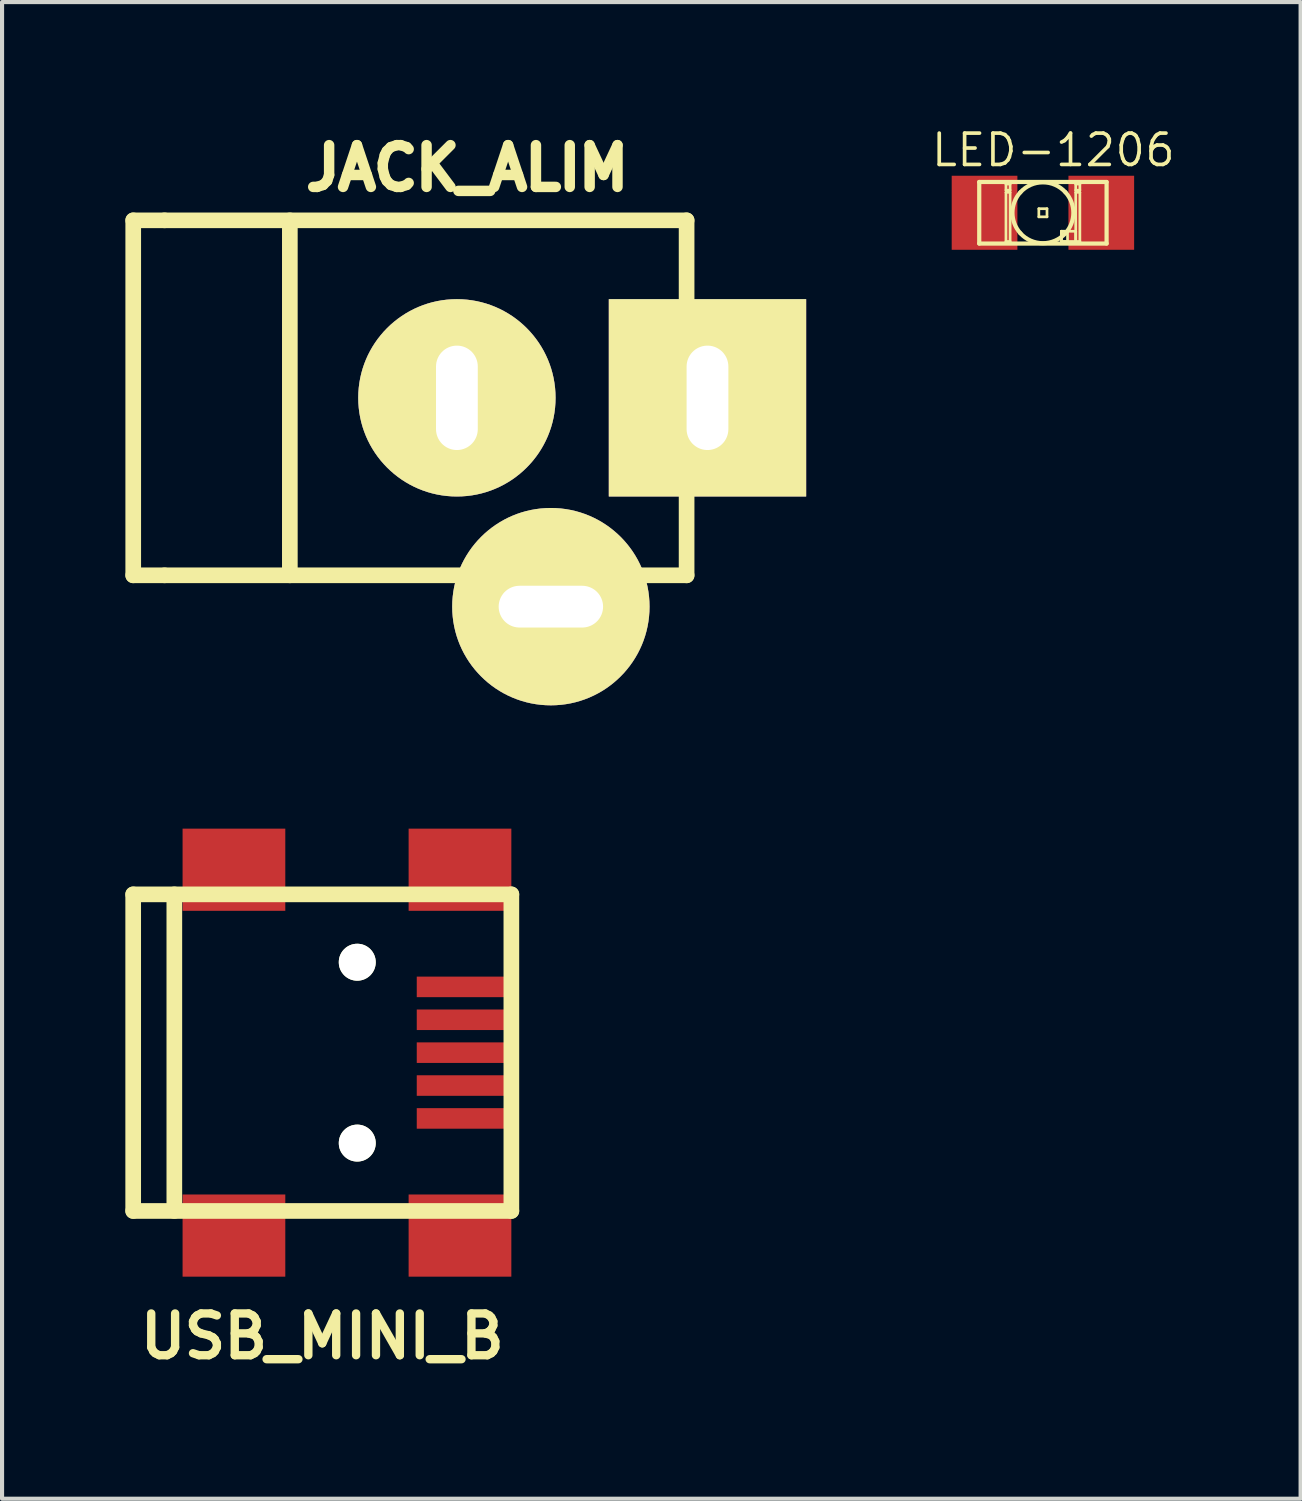
<source format=kicad_pcb>
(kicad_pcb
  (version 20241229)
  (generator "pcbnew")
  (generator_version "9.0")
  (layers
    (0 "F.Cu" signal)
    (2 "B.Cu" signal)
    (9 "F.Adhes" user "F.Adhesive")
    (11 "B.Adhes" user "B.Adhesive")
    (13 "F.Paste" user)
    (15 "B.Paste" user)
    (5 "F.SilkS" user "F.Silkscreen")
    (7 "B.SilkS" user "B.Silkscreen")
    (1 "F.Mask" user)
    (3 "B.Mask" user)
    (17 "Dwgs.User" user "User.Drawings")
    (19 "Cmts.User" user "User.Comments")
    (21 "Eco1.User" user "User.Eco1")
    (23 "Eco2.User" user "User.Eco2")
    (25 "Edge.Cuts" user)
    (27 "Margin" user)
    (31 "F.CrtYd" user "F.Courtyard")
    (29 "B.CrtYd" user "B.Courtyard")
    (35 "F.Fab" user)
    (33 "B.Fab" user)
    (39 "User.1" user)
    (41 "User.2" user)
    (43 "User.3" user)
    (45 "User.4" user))
  (footprint "JACK_ALIM"
    (layer "F.Cu")
    (at 8.065 6.628)
    (property "Reference" "JACK_ALIM" (at 0.254 -5.588 0) (layer "F.SilkS") (effects (font (size 1.016 1.016) (thickness 0.254))))
    (attr through_hole)
    (fp_line (start -7.874 -4.318) (end -7.874 4.318) (stroke (width 0.381) (type solid)) (layer "F.SilkS"))
    (fp_line (start -7.874 4.318) (end -7.112 4.318) (stroke (width 0.381) (type solid)) (layer "F.SilkS"))
    (fp_line (start -7.112 -4.318) (end -7.874 -4.318) (stroke (width 0.381) (type solid)) (layer "F.SilkS"))
    (fp_line (start -7.112 -4.318) (end 5.588 -4.318) (stroke (width 0.381) (type solid)) (layer "F.SilkS"))
    (fp_line (start -7.112 4.318) (end 5.588 4.318) (stroke (width 0.381) (type solid)) (layer "F.SilkS"))
    (fp_line (start -4.064 -4.318) (end -4.064 4.318) (stroke (width 0.381) (type solid)) (layer "F.SilkS"))
    (fp_line (start 5.588 -4.318) (end 5.588 4.318) (stroke (width 0.381) (type solid)) (layer "F.SilkS"))
    (pad "1" thru_hole rect (at 6.096 0) (size 4.801 4.801) (drill oval 1.016 2.54) (layers "*.Cu" "*.Mask" "F.SilkS"))
    (pad "2" thru_hole circle (at 0 0) (size 4.801 4.801) (drill oval 1.016 2.54) (layers "*.Cu" "*.Mask" "F.SilkS"))
    (pad "3" thru_hole circle (at 2.286 5.08) (size 4.801 4.801) (drill oval 2.54 1.016) (layers "*.Cu" "*.Mask" "F.SilkS")))
  (footprint "USB_MINI_B"
    (layer "F.Cu")
    (at 4.79 22.558)
    (property "Reference" "USB_MINI_B" (at 0 6.901 0) (layer "F.SilkS") (effects (font (size 1.016 1.016) (thickness 0.203))))
    (attr through_hole)
    (fp_line (start -4.6 -3.851) (end -4.6 3.851) (stroke (width 0.381) (type solid)) (layer "F.SilkS"))
    (fp_line (start -4.6 3.851) (end 4.6 3.851) (stroke (width 0.381) (type solid)) (layer "F.SilkS"))
    (fp_line (start -3.599 -3.851) (end -3.599 3.851) (stroke (width 0.381) (type solid)) (layer "F.SilkS"))
    (fp_line (start 4.6 -3.851) (end -4.6 -3.851) (stroke (width 0.381) (type solid)) (layer "F.SilkS"))
    (fp_line (start 4.6 3.851) (end 4.6 -3.851) (stroke (width 0.381) (type solid)) (layer "F.SilkS"))
    (pad "" np_thru_hole circle (at 0.851 -2.2) (size 0.899 0.899) (drill 0.899) (layers "*.Cu" "*.Mask" "F.SilkS"))
    (pad "" np_thru_hole circle (at 0.851 2.2) (size 0.899 0.899) (drill 0.899) (layers "*.Cu" "*.Mask" "F.SilkS"))
    (pad "1" smd rect (at 3.449 -1.6) (size 2.301 0.5) (layers "F.Cu" "F.Mask" "F.Paste"))
    (pad "2" smd rect (at 3.449 -0.8) (size 2.301 0.5) (layers "F.Cu" "F.Mask" "F.Paste"))
    (pad "3" smd rect (at 3.449 0) (size 2.301 0.5) (layers "F.Cu" "F.Mask" "F.Paste"))
    (pad "4" smd rect (at 3.449 0.8) (size 2.301 0.5) (layers "F.Cu" "F.Mask" "F.Paste"))
    (pad "5" smd rect (at 3.449 1.6) (size 2.301 0.5) (layers "F.Cu" "F.Mask" "F.Paste"))
    (pad "6" smd rect (at 3.35 -4.45) (size 2.499 1.999) (layers "F.Cu" "F.Mask" "F.Paste"))
    (pad "7" smd rect (at -2.149 -4.45) (size 2.499 1.999) (layers "F.Cu" "F.Mask" "F.Paste"))
    (pad "8" smd rect (at 3.35 4.45) (size 2.499 1.999) (layers "F.Cu" "F.Mask" "F.Paste"))
    (pad "9" smd rect (at -2.149 4.45) (size 2.499 1.999) (layers "F.Cu" "F.Mask" "F.Paste")))
  (footprint "LED-1206"
    (layer "F.Cu")
    (at 22.321 2.126)
    (property "Reference" "LED-1206" (at 0.254 -1.524 0) (layer "F.SilkS") (effects (font (size 0.762 0.762) (thickness 0.089))))
    (attr smd)
    (fp_line (start -1.549 -0.749) (end 1.549 -0.749) (stroke (width 0.102) (type solid)) (layer "F.SilkS"))
    (fp_line (start -1.549 0.749) (end -1.549 -0.749) (stroke (width 0.102) (type solid)) (layer "F.SilkS"))
    (fp_line (start -0.899 -0.699) (end -0.798 -0.699) (stroke (width 0.066) (type solid)) (layer "F.SilkS"))
    (fp_line (start -0.899 -0.549) (end -0.899 -0.699) (stroke (width 0.066) (type solid)) (layer "F.SilkS"))
    (fp_line (start -0.899 -0.549) (end -0.798 -0.549) (stroke (width 0.066) (type solid)) (layer "F.SilkS"))
    (fp_line (start -0.899 -0.498) (end -0.798 -0.498) (stroke (width 0.066) (type solid)) (layer "F.SilkS"))
    (fp_line (start -0.899 0.699) (end -0.899 -0.498) (stroke (width 0.066) (type solid)) (layer "F.SilkS"))
    (fp_line (start -0.899 0.699) (end -0.798 0.699) (stroke (width 0.066) (type solid)) (layer "F.SilkS"))
    (fp_line (start -0.798 -0.549) (end -0.798 -0.699) (stroke (width 0.066) (type solid)) (layer "F.SilkS"))
    (fp_line (start -0.798 0.699) (end -0.798 -0.498) (stroke (width 0.066) (type solid)) (layer "F.SilkS"))
    (fp_line (start -0.099 -0.099) (end 0.099 -0.099) (stroke (width 0.066) (type solid)) (layer "F.SilkS"))
    (fp_line (start -0.099 0.099) (end -0.099 -0.099) (stroke (width 0.066) (type solid)) (layer "F.SilkS"))
    (fp_line (start -0.099 0.099) (end 0.099 0.099) (stroke (width 0.066) (type solid)) (layer "F.SilkS"))
    (fp_line (start 0.099 0.099) (end 0.099 -0.099) (stroke (width 0.066) (type solid)) (layer "F.SilkS"))
    (fp_line (start 0.45 0.45) (end 0.599 0.45) (stroke (width 0.066) (type solid)) (layer "F.SilkS"))
    (fp_line (start 0.45 0.45) (end 0.798 0.45) (stroke (width 0.066) (type solid)) (layer "F.SilkS"))
    (fp_line (start 0.45 0.699) (end 0.45 0.45) (stroke (width 0.066) (type solid)) (layer "F.SilkS"))
    (fp_line (start 0.45 0.699) (end 0.45 0.45) (stroke (width 0.066) (type solid)) (layer "F.SilkS"))
    (fp_line (start 0.45 0.699) (end 0.599 0.699) (stroke (width 0.066) (type solid)) (layer "F.SilkS"))
    (fp_line (start 0.45 0.699) (end 0.798 0.699) (stroke (width 0.066) (type solid)) (layer "F.SilkS"))
    (fp_line (start 0.599 0.699) (end 0.599 0.45) (stroke (width 0.066) (type solid)) (layer "F.SilkS"))
    (fp_line (start 0.798 -0.699) (end 0.899 -0.699) (stroke (width 0.066) (type solid)) (layer "F.SilkS"))
    (fp_line (start 0.798 -0.549) (end 0.798 -0.699) (stroke (width 0.066) (type solid)) (layer "F.SilkS"))
    (fp_line (start 0.798 -0.549) (end 0.899 -0.549) (stroke (width 0.066) (type solid)) (layer "F.SilkS"))
    (fp_line (start 0.798 -0.498) (end 0.899 -0.498) (stroke (width 0.066) (type solid)) (layer "F.SilkS"))
    (fp_line (start 0.798 0.699) (end 0.798 -0.498) (stroke (width 0.066) (type solid)) (layer "F.SilkS"))
    (fp_line (start 0.798 0.699) (end 0.798 0.45) (stroke (width 0.066) (type solid)) (layer "F.SilkS"))
    (fp_line (start 0.798 0.699) (end 0.899 0.699) (stroke (width 0.066) (type solid)) (layer "F.SilkS"))
    (fp_line (start 0.899 -0.549) (end 0.899 -0.699) (stroke (width 0.066) (type solid)) (layer "F.SilkS"))
    (fp_line (start 0.899 0.699) (end 0.899 -0.498) (stroke (width 0.066) (type solid)) (layer "F.SilkS"))
    (fp_line (start 1.549 -0.749) (end 1.549 0.749) (stroke (width 0.102) (type solid)) (layer "F.SilkS"))
    (fp_line (start 1.549 0.749) (end -1.549 0.749) (stroke (width 0.102) (type solid)) (layer "F.SilkS"))
    (fp_arc (start -0.54864 -0.49784) (mid -0.001024 -0.740844) (end 0.547262 -0.499354) (stroke (width 0.1016) (type solid)) (layer "F.SilkS"))
    (fp_arc (start -0.54864 0.49784) (mid -0.740844 -0.000377) (end -0.548133 -0.498398) (stroke (width 0.1016) (type solid)) (layer "F.SilkS"))
    (fp_arc (start 0.54864 -0.49784) (mid 0.740844 0.000377) (end 0.548133 0.498398) (stroke (width 0.1016) (type solid)) (layer "F.SilkS"))
    (fp_arc (start 0.54864 0.49784) (mid 0.001024 0.740844) (end -0.547262 0.499354) (stroke (width 0.1016) (type solid)) (layer "F.SilkS"))
    (pad "1" smd rect (at -1.42 0) (size 1.598 1.801) (layers "F.Cu" "F.Mask" "F.Paste"))
    (pad "2" smd rect (at 1.42 0) (size 1.598 1.801) (layers "F.Cu" "F.Mask" "F.Paste")))
  (gr_rect
    (start -3 -3)
    (end 28.59 33.41)
    (stroke (width 0.1) (type default))
    (fill no)
    (layer "Edge.Cuts")))
</source>
